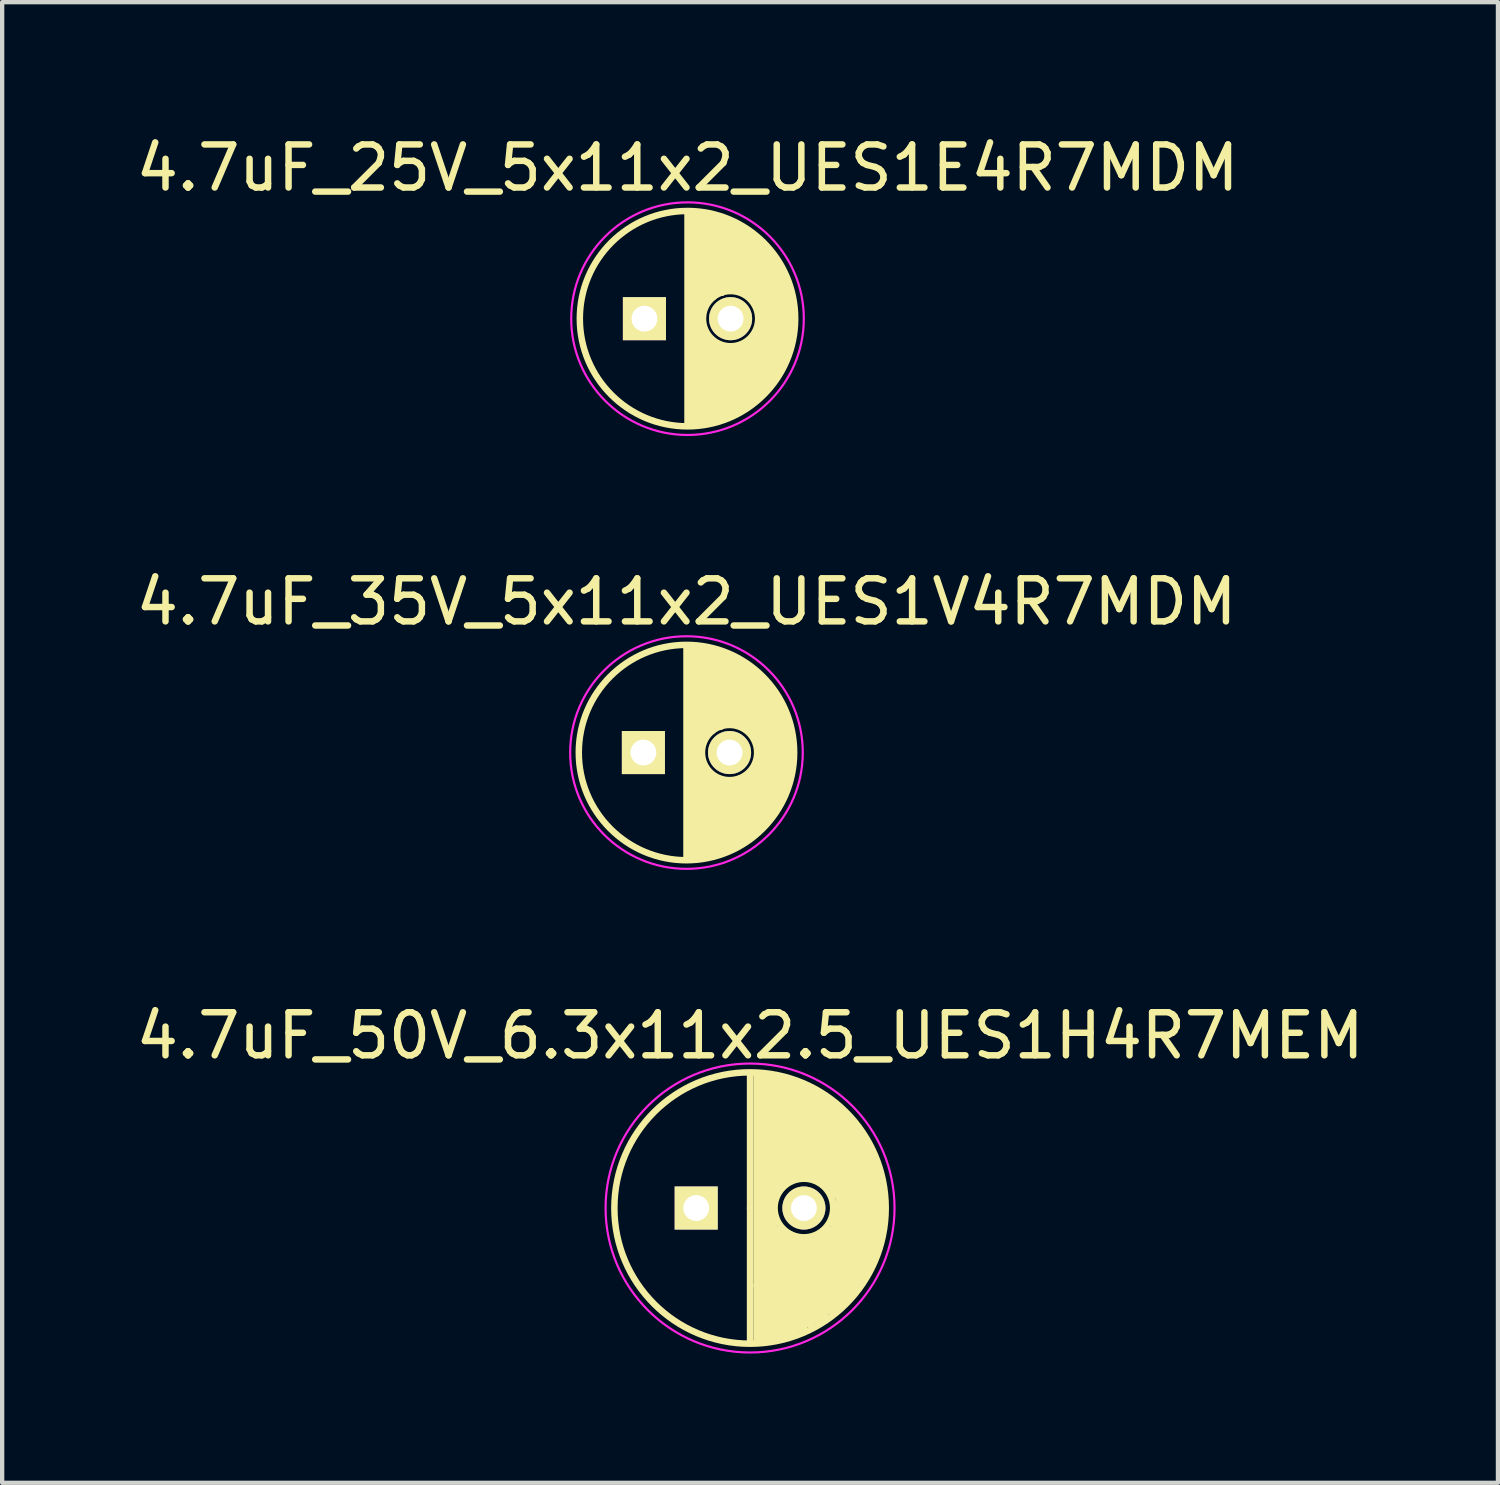
<source format=kicad_pcb>
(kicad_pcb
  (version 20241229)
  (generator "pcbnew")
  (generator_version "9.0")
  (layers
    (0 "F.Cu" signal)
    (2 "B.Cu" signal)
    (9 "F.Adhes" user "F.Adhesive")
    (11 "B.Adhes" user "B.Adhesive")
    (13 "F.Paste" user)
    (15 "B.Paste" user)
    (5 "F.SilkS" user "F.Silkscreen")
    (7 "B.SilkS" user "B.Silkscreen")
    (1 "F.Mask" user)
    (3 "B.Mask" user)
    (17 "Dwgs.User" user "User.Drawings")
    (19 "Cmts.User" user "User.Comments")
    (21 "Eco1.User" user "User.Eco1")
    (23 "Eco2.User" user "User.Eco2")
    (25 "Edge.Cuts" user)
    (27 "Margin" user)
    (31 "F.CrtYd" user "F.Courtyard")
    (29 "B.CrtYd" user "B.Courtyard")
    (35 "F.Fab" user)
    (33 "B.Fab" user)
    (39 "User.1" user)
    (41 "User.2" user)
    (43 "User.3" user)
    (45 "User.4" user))
  (footprint "4.7uF_25V_5x11x2_UES1E4R7MDM"
    (layer "F.Cu")
    (at 12.911 4.348)
    (property "Reference" "4.7uF_25V_5x11x2_UES1E4R7MDM" (at 0 -3.5 0) (layer "F.SilkS") (effects (font (size 1 1) (thickness 0.15))))
    (attr through_hole)
    (fp_line (start 0 -2.45) (end 0 2.45) (stroke (width 0.15) (type solid)) (layer "F.SilkS"))
    (fp_line (start 0.1 2.45) (end 0.1 -2.45) (stroke (width 0.15) (type solid)) (layer "F.SilkS"))
    (fp_line (start 0.2 -2.45) (end 0.2 2.45) (stroke (width 0.15) (type solid)) (layer "F.SilkS"))
    (fp_line (start 0.3 2.45) (end 0.3 -2.4) (stroke (width 0.15) (type solid)) (layer "F.SilkS"))
    (fp_line (start 0.35 0.25) (end 0.35 2.45) (stroke (width 0.15) (type solid)) (layer "F.SilkS"))
    (fp_line (start 0.4 -2.4) (end 0.4 -0.35) (stroke (width 0.15) (type solid)) (layer "F.SilkS"))
    (fp_line (start 0.45 2.4) (end 0.45 0.4) (stroke (width 0.15) (type solid)) (layer "F.SilkS"))
    (fp_line (start 0.5 -0.45) (end 0.5 -2.4) (stroke (width 0.15) (type solid)) (layer "F.SilkS"))
    (fp_line (start 0.55 0.5) (end 0.55 2.35) (stroke (width 0.15) (type solid)) (layer "F.SilkS"))
    (fp_line (start 0.6 -2.35) (end 0.6 -0.5) (stroke (width 0.15) (type solid)) (layer "F.SilkS"))
    (fp_line (start 0.65 0.6) (end 0.65 2.35) (stroke (width 0.15) (type solid)) (layer "F.SilkS"))
    (fp_line (start 0.7 -0.6) (end 0.7 -2.35) (stroke (width 0.15) (type solid)) (layer "F.SilkS"))
    (fp_line (start 0.75 0.6) (end 0.75 2.3) (stroke (width 0.15) (type solid)) (layer "F.SilkS"))
    (fp_line (start 0.8 -2.3) (end 0.8 -0.6) (stroke (width 0.15) (type solid)) (layer "F.SilkS"))
    (fp_line (start 0.85 0.65) (end 0.85 2.3) (stroke (width 0.15) (type solid)) (layer "F.SilkS"))
    (fp_line (start 0.9 -0.65) (end 0.9 -2.25) (stroke (width 0.15) (type solid)) (layer "F.SilkS"))
    (fp_line (start 0.95 2.25) (end 0.95 0.65) (stroke (width 0.15) (type solid)) (layer "F.SilkS"))
    (fp_line (start 1 -2.25) (end 1 -0.7) (stroke (width 0.15) (type solid)) (layer "F.SilkS"))
    (fp_line (start 1.05 0.65) (end 1.05 2.2) (stroke (width 0.15) (type solid)) (layer "F.SilkS"))
    (fp_line (start 1.1 -0.65) (end 1.1 -2.15) (stroke (width 0.15) (type solid)) (layer "F.SilkS"))
    (fp_line (start 1.15 2.2) (end 1.15 0.65) (stroke (width 0.15) (type solid)) (layer "F.SilkS"))
    (fp_line (start 1.2 -2.15) (end 1.2 -0.7) (stroke (width 0.15) (type solid)) (layer "F.SilkS"))
    (fp_line (start 1.25 0.6) (end 1.25 2.1) (stroke (width 0.15) (type solid)) (layer "F.SilkS"))
    (fp_line (start 1.3 -0.6) (end 1.3 -2.05) (stroke (width 0.15) (type solid)) (layer "F.SilkS"))
    (fp_line (start 1.3 0.6) (end 1.3 2.1) (stroke (width 0.15) (type solid)) (layer "F.SilkS"))
    (fp_line (start 1.4 -2) (end 1.4 -0.55) (stroke (width 0.15) (type solid)) (layer "F.SilkS"))
    (fp_line (start 1.4 2) (end 1.4 0.55) (stroke (width 0.15) (type solid)) (layer "F.SilkS"))
    (fp_line (start 1.5 -1.95) (end 1.5 -0.5) (stroke (width 0.15) (type solid)) (layer "F.SilkS"))
    (fp_line (start 1.5 0.45) (end 1.5 1.95) (stroke (width 0.15) (type solid)) (layer "F.SilkS"))
    (fp_line (start 1.6 -1.85) (end 1.6 -0.35) (stroke (width 0.15) (type solid)) (layer "F.SilkS"))
    (fp_line (start 1.6 0.35) (end 1.6 1.85) (stroke (width 0.15) (type solid)) (layer "F.SilkS"))
    (fp_line (start 1.7 -1.75) (end 1.7 1.75) (stroke (width 0.15) (type solid)) (layer "F.SilkS"))
    (fp_line (start 1.8 1.7) (end 1.8 -1.7) (stroke (width 0.15) (type solid)) (layer "F.SilkS"))
    (fp_line (start 1.9 -1.55) (end 1.9 1.55) (stroke (width 0.15) (type solid)) (layer "F.SilkS"))
    (fp_line (start 2 1.45) (end 2 -1.4) (stroke (width 0.15) (type solid)) (layer "F.SilkS"))
    (fp_line (start 2.1 -1.25) (end 2.1 1.25) (stroke (width 0.15) (type solid)) (layer "F.SilkS"))
    (fp_line (start 2.2 1.1) (end 2.2 -1.05) (stroke (width 0.15) (type solid)) (layer "F.SilkS"))
    (fp_line (start 2.3 -0.8) (end 2.3 0.85) (stroke (width 0.15) (type solid)) (layer "F.SilkS"))
    (fp_line (start 2.4 0.55) (end 2.4 -0.55) (stroke (width 0.15) (type solid)) (layer "F.SilkS"))
    (fp_circle (center 0 0) (end 0 2.5) (stroke (width 0.15) (type solid)) (fill no) (layer "F.SilkS"))
    (fp_circle (center 1 0) (end 1.4 0.5) (stroke (width 0.15) (type solid)) (fill no) (layer "F.SilkS"))
    (fp_circle (center 0 0) (end 0 2.7) (stroke (width 0.05) (type solid)) (fill no) (layer "F.CrtYd"))
    (pad "1" thru_hole rect (at -1 0) (size 1 1) (drill 0.6) (layers "*.Cu" "*.Mask" "F.SilkS"))
    (pad "2" thru_hole circle (at 1 0) (size 1 1) (drill 0.6) (layers "*.Cu" "*.Mask" "F.SilkS")))
  (footprint "4.7uF_50V_6.3x11x2.5_UES1H4R7MEM"
    (layer "F.Cu")
    (at 14.363 24.995)
    (property "Reference" "4.7uF_50V_6.3x11x2.5_UES1H4R7MEM" (at 0 -4 0) (layer "F.SilkS") (effects (font (size 1 1) (thickness 0.15))))
    (attr through_hole)
    (fp_line (start 0 0) (end 0 -3.1) (stroke (width 0.15) (type solid)) (layer "F.SilkS"))
    (fp_line (start 0 0) (end 0 3.1) (stroke (width 0.15) (type solid)) (layer "F.SilkS"))
    (fp_line (start 0.15 1.8) (end 0.15 -3.1) (stroke (width 0.15) (type solid)) (layer "F.SilkS"))
    (fp_line (start 0.15 3.1) (end 0.15 1.8) (stroke (width 0.15) (type solid)) (layer "F.SilkS"))
    (fp_line (start 0.25 -3.1) (end 0.25 3.1) (stroke (width 0.15) (type solid)) (layer "F.SilkS"))
    (fp_line (start 0.35 3) (end 0.35 -3) (stroke (width 0.15) (type solid)) (layer "F.SilkS"))
    (fp_line (start 0.45 -3.1) (end 0.45 3.1) (stroke (width 0.15) (type solid)) (layer "F.SilkS"))
    (fp_line (start 0.55 -3) (end 0.55 -0.2) (stroke (width 0.15) (type solid)) (layer "F.SilkS"))
    (fp_line (start 0.55 0.2) (end 0.55 3) (stroke (width 0.15) (type solid)) (layer "F.SilkS"))
    (fp_line (start 0.65 -3) (end 0.55 -3) (stroke (width 0.15) (type solid)) (layer "F.SilkS"))
    (fp_line (start 0.65 -0.4) (end 0.65 -3) (stroke (width 0.15) (type solid)) (layer "F.SilkS"))
    (fp_line (start 0.65 3) (end 0.65 0.5) (stroke (width 0.15) (type solid)) (layer "F.SilkS"))
    (fp_line (start 0.75 -3) (end 0.75 -0.6) (stroke (width 0.15) (type solid)) (layer "F.SilkS"))
    (fp_line (start 0.75 -0.6) (end 0.65 -0.4) (stroke (width 0.15) (type solid)) (layer "F.SilkS"))
    (fp_line (start 0.75 0.5) (end 0.75 3) (stroke (width 0.15) (type solid)) (layer "F.SilkS"))
    (fp_line (start 0.85 -2.9) (end 0.75 -3) (stroke (width 0.15) (type solid)) (layer "F.SilkS"))
    (fp_line (start 0.85 -0.6) (end 0.85 -2.9) (stroke (width 0.15) (type solid)) (layer "F.SilkS"))
    (fp_line (start 0.85 2.9) (end 0.85 0.6) (stroke (width 0.15) (type solid)) (layer "F.SilkS"))
    (fp_line (start 0.95 -2.9) (end 0.95 -0.7) (stroke (width 0.15) (type solid)) (layer "F.SilkS"))
    (fp_line (start 0.95 -0.7) (end 0.85 -0.6) (stroke (width 0.15) (type solid)) (layer "F.SilkS"))
    (fp_line (start 0.95 0.7) (end 0.95 2.9) (stroke (width 0.15) (type solid)) (layer "F.SilkS"))
    (fp_line (start 1.05 -2.9) (end 1.15 -2.8) (stroke (width 0.15) (type solid)) (layer "F.SilkS"))
    (fp_line (start 1.05 -2.8) (end 0.95 -2.9) (stroke (width 0.15) (type solid)) (layer "F.SilkS"))
    (fp_line (start 1.05 -0.7) (end 1.05 -2.8) (stroke (width 0.15) (type solid)) (layer "F.SilkS"))
    (fp_line (start 1.05 2.9) (end 1.05 0.7) (stroke (width 0.15) (type solid)) (layer "F.SilkS"))
    (fp_line (start 1.15 -2.8) (end 1.15 -0.7) (stroke (width 0.15) (type solid)) (layer "F.SilkS"))
    (fp_line (start 1.15 -0.7) (end 1.05 -0.7) (stroke (width 0.15) (type solid)) (layer "F.SilkS"))
    (fp_line (start 1.15 0.7) (end 1.15 2.8) (stroke (width 0.15) (type solid)) (layer "F.SilkS"))
    (fp_line (start 1.25 -2.8) (end 1.05 -2.9) (stroke (width 0.15) (type solid)) (layer "F.SilkS"))
    (fp_line (start 1.25 -0.8) (end 1.25 -2.8) (stroke (width 0.15) (type solid)) (layer "F.SilkS"))
    (fp_line (start 1.25 2.8) (end 1.25 0.8) (stroke (width 0.15) (type solid)) (layer "F.SilkS"))
    (fp_line (start 1.35 -2.8) (end 1.35 -0.7) (stroke (width 0.15) (type solid)) (layer "F.SilkS"))
    (fp_line (start 1.35 -0.7) (end 1.25 -0.8) (stroke (width 0.15) (type solid)) (layer "F.SilkS"))
    (fp_line (start 1.35 0.7) (end 1.35 2.7) (stroke (width 0.15) (type solid)) (layer "F.SilkS"))
    (fp_line (start 1.45 -2.7) (end 1.35 -2.8) (stroke (width 0.15) (type solid)) (layer "F.SilkS"))
    (fp_line (start 1.45 -0.7) (end 1.45 -2.7) (stroke (width 0.15) (type solid)) (layer "F.SilkS"))
    (fp_line (start 1.45 2.7) (end 1.45 0.7) (stroke (width 0.15) (type solid)) (layer "F.SilkS"))
    (fp_line (start 1.55 -2.7) (end 1.55 -0.7) (stroke (width 0.15) (type solid)) (layer "F.SilkS"))
    (fp_line (start 1.55 -0.7) (end 1.45 -0.7) (stroke (width 0.15) (type solid)) (layer "F.SilkS"))
    (fp_line (start 1.55 0.7) (end 1.55 2.6) (stroke (width 0.15) (type solid)) (layer "F.SilkS"))
    (fp_line (start 1.65 -2.6) (end 1.55 -2.7) (stroke (width 0.15) (type solid)) (layer "F.SilkS"))
    (fp_line (start 1.65 -2.5) (end 1.85 -2.5) (stroke (width 0.15) (type solid)) (layer "F.SilkS"))
    (fp_line (start 1.65 -0.6) (end 1.65 -2.6) (stroke (width 0.15) (type solid)) (layer "F.SilkS"))
    (fp_line (start 1.65 2.6) (end 1.65 0.6) (stroke (width 0.15) (type solid)) (layer "F.SilkS"))
    (fp_line (start 1.75 -2.5) (end 1.75 -0.6) (stroke (width 0.15) (type solid)) (layer "F.SilkS"))
    (fp_line (start 1.75 0.6) (end 1.75 2.5) (stroke (width 0.15) (type solid)) (layer "F.SilkS"))
    (fp_line (start 1.85 -0.4) (end 1.85 -2.4) (stroke (width 0.15) (type solid)) (layer "F.SilkS"))
    (fp_line (start 1.85 2.4) (end 1.85 0.5) (stroke (width 0.15) (type solid)) (layer "F.SilkS"))
    (fp_line (start 1.95 -2.4) (end 1.95 -0.3) (stroke (width 0.15) (type solid)) (layer "F.SilkS"))
    (fp_line (start 1.95 0.2) (end 1.95 0.4) (stroke (width 0.15) (type solid)) (layer "F.SilkS"))
    (fp_line (start 1.95 0.4) (end 1.95 2.4) (stroke (width 0.15) (type solid)) (layer "F.SilkS"))
    (fp_line (start 2.05 -2.3) (end 2.15 -2.2) (stroke (width 0.15) (type solid)) (layer "F.SilkS"))
    (fp_line (start 2.05 0) (end 2.05 -2.3) (stroke (width 0.15) (type solid)) (layer "F.SilkS"))
    (fp_line (start 2.05 2.3) (end 2.05 0) (stroke (width 0.15) (type solid)) (layer "F.SilkS"))
    (fp_line (start 2.15 -2.1) (end 2.15 2.2) (stroke (width 0.15) (type solid)) (layer "F.SilkS"))
    (fp_line (start 2.15 2.2) (end 2.25 2.1) (stroke (width 0.15) (type solid)) (layer "F.SilkS"))
    (fp_line (start 2.25 -2.1) (end 2.35 -1.9) (stroke (width 0.15) (type solid)) (layer "F.SilkS"))
    (fp_line (start 2.25 2.1) (end 2.25 -2.1) (stroke (width 0.15) (type solid)) (layer "F.SilkS"))
    (fp_line (start 2.35 -1.9) (end 2.35 2) (stroke (width 0.15) (type solid)) (layer "F.SilkS"))
    (fp_line (start 2.35 2) (end 2.45 1.8) (stroke (width 0.15) (type solid)) (layer "F.SilkS"))
    (fp_line (start 2.45 -1.9) (end 2.55 -1.7) (stroke (width 0.15) (type solid)) (layer "F.SilkS"))
    (fp_line (start 2.45 1.8) (end 2.45 -1.9) (stroke (width 0.15) (type solid)) (layer "F.SilkS"))
    (fp_line (start 2.55 -1.7) (end 2.55 1.7) (stroke (width 0.15) (type solid)) (layer "F.SilkS"))
    (fp_line (start 2.55 -1.7) (end 2.65 -1.5) (stroke (width 0.15) (type solid)) (layer "F.SilkS"))
    (fp_line (start 2.55 1.7) (end 2.65 1.5) (stroke (width 0.15) (type solid)) (layer "F.SilkS"))
    (fp_line (start 2.65 -1.5) (end 2.75 -1.3) (stroke (width 0.15) (type solid)) (layer "F.SilkS"))
    (fp_line (start 2.65 1.5) (end 2.65 -1.5) (stroke (width 0.15) (type solid)) (layer "F.SilkS"))
    (fp_line (start 2.75 -1.3) (end 2.75 1.4) (stroke (width 0.15) (type solid)) (layer "F.SilkS"))
    (fp_line (start 2.75 1.4) (end 2.85 1.1) (stroke (width 0.15) (type solid)) (layer "F.SilkS"))
    (fp_line (start 2.85 -1.2) (end 2.95 -0.7) (stroke (width 0.15) (type solid)) (layer "F.SilkS"))
    (fp_line (start 2.85 1.1) (end 2.85 -1.2) (stroke (width 0.15) (type solid)) (layer "F.SilkS"))
    (fp_line (start 2.95 -0.7) (end 2.95 0.9) (stroke (width 0.15) (type solid)) (layer "F.SilkS"))
    (fp_line (start 2.95 0.9) (end 3.05 0.3) (stroke (width 0.15) (type solid)) (layer "F.SilkS"))
    (fp_line (start 3.05 0.3) (end 3.05 -0.5) (stroke (width 0.15) (type solid)) (layer "F.SilkS"))
    (fp_circle (center 0 0) (end 0 3.15) (stroke (width 0.15) (type solid)) (fill no) (layer "F.SilkS"))
    (fp_circle (center 1.25 0) (end 1.65 0.55) (stroke (width 0.15) (type solid)) (fill no) (layer "F.SilkS"))
    (fp_circle (center 0 0) (end 0.6 3.3) (stroke (width 0.05) (type solid)) (fill no) (layer "F.CrtYd"))
    (pad "1" thru_hole rect (at -1.25 0) (size 1 1) (drill 0.6) (layers "*.Cu" "*.Mask" "F.SilkS"))
    (pad "2" thru_hole circle (at 1.25 0) (size 1 1) (drill 0.6) (layers "*.Cu" "*.Mask" "F.SilkS")))
  (footprint "4.7uF_35V_5x11x2_UES1V4R7MDM"
    (layer "F.Cu")
    (at 12.887 14.421)
    (property "Reference" "4.7uF_35V_5x11x2_UES1V4R7MDM" (at 0 -3.5 0) (layer "F.SilkS") (effects (font (size 1 1) (thickness 0.15))))
    (attr through_hole)
    (fp_line (start 0 -2.45) (end 0 2.45) (stroke (width 0.15) (type solid)) (layer "F.SilkS"))
    (fp_line (start 0.1 2.45) (end 0.1 -2.45) (stroke (width 0.15) (type solid)) (layer "F.SilkS"))
    (fp_line (start 0.2 -2.45) (end 0.2 2.45) (stroke (width 0.15) (type solid)) (layer "F.SilkS"))
    (fp_line (start 0.3 2.45) (end 0.3 -2.4) (stroke (width 0.15) (type solid)) (layer "F.SilkS"))
    (fp_line (start 0.35 0.25) (end 0.35 2.45) (stroke (width 0.15) (type solid)) (layer "F.SilkS"))
    (fp_line (start 0.4 -2.4) (end 0.4 -0.35) (stroke (width 0.15) (type solid)) (layer "F.SilkS"))
    (fp_line (start 0.45 2.4) (end 0.45 0.4) (stroke (width 0.15) (type solid)) (layer "F.SilkS"))
    (fp_line (start 0.5 -0.45) (end 0.5 -2.4) (stroke (width 0.15) (type solid)) (layer "F.SilkS"))
    (fp_line (start 0.55 0.5) (end 0.55 2.35) (stroke (width 0.15) (type solid)) (layer "F.SilkS"))
    (fp_line (start 0.6 -2.35) (end 0.6 -0.5) (stroke (width 0.15) (type solid)) (layer "F.SilkS"))
    (fp_line (start 0.65 0.6) (end 0.65 2.35) (stroke (width 0.15) (type solid)) (layer "F.SilkS"))
    (fp_line (start 0.7 -0.6) (end 0.7 -2.35) (stroke (width 0.15) (type solid)) (layer "F.SilkS"))
    (fp_line (start 0.75 0.6) (end 0.75 2.3) (stroke (width 0.15) (type solid)) (layer "F.SilkS"))
    (fp_line (start 0.8 -2.3) (end 0.8 -0.6) (stroke (width 0.15) (type solid)) (layer "F.SilkS"))
    (fp_line (start 0.85 0.65) (end 0.85 2.3) (stroke (width 0.15) (type solid)) (layer "F.SilkS"))
    (fp_line (start 0.9 -0.65) (end 0.9 -2.25) (stroke (width 0.15) (type solid)) (layer "F.SilkS"))
    (fp_line (start 0.95 2.25) (end 0.95 0.65) (stroke (width 0.15) (type solid)) (layer "F.SilkS"))
    (fp_line (start 1 -2.25) (end 1 -0.7) (stroke (width 0.15) (type solid)) (layer "F.SilkS"))
    (fp_line (start 1.05 0.65) (end 1.05 2.2) (stroke (width 0.15) (type solid)) (layer "F.SilkS"))
    (fp_line (start 1.1 -0.65) (end 1.1 -2.15) (stroke (width 0.15) (type solid)) (layer "F.SilkS"))
    (fp_line (start 1.15 2.2) (end 1.15 0.65) (stroke (width 0.15) (type solid)) (layer "F.SilkS"))
    (fp_line (start 1.2 -2.15) (end 1.2 -0.7) (stroke (width 0.15) (type solid)) (layer "F.SilkS"))
    (fp_line (start 1.25 0.6) (end 1.25 2.1) (stroke (width 0.15) (type solid)) (layer "F.SilkS"))
    (fp_line (start 1.3 -0.6) (end 1.3 -2.05) (stroke (width 0.15) (type solid)) (layer "F.SilkS"))
    (fp_line (start 1.3 0.6) (end 1.3 2.1) (stroke (width 0.15) (type solid)) (layer "F.SilkS"))
    (fp_line (start 1.4 -2) (end 1.4 -0.55) (stroke (width 0.15) (type solid)) (layer "F.SilkS"))
    (fp_line (start 1.4 2) (end 1.4 0.55) (stroke (width 0.15) (type solid)) (layer "F.SilkS"))
    (fp_line (start 1.5 -1.95) (end 1.5 -0.5) (stroke (width 0.15) (type solid)) (layer "F.SilkS"))
    (fp_line (start 1.5 0.45) (end 1.5 1.95) (stroke (width 0.15) (type solid)) (layer "F.SilkS"))
    (fp_line (start 1.6 -1.85) (end 1.6 -0.35) (stroke (width 0.15) (type solid)) (layer "F.SilkS"))
    (fp_line (start 1.6 0.35) (end 1.6 1.85) (stroke (width 0.15) (type solid)) (layer "F.SilkS"))
    (fp_line (start 1.7 -1.75) (end 1.7 1.75) (stroke (width 0.15) (type solid)) (layer "F.SilkS"))
    (fp_line (start 1.8 1.7) (end 1.8 -1.7) (stroke (width 0.15) (type solid)) (layer "F.SilkS"))
    (fp_line (start 1.9 -1.55) (end 1.9 1.55) (stroke (width 0.15) (type solid)) (layer "F.SilkS"))
    (fp_line (start 2 1.45) (end 2 -1.4) (stroke (width 0.15) (type solid)) (layer "F.SilkS"))
    (fp_line (start 2.1 -1.25) (end 2.1 1.25) (stroke (width 0.15) (type solid)) (layer "F.SilkS"))
    (fp_line (start 2.2 1.1) (end 2.2 -1.05) (stroke (width 0.15) (type solid)) (layer "F.SilkS"))
    (fp_line (start 2.3 -0.8) (end 2.3 0.85) (stroke (width 0.15) (type solid)) (layer "F.SilkS"))
    (fp_line (start 2.4 0.55) (end 2.4 -0.55) (stroke (width 0.15) (type solid)) (layer "F.SilkS"))
    (fp_circle (center 0 0) (end 0 2.5) (stroke (width 0.15) (type solid)) (fill no) (layer "F.SilkS"))
    (fp_circle (center 1 0) (end 1.4 0.5) (stroke (width 0.15) (type solid)) (fill no) (layer "F.SilkS"))
    (fp_circle (center 0 0) (end 0 2.7) (stroke (width 0.05) (type solid)) (fill no) (layer "F.CrtYd"))
    (pad "1" thru_hole rect (at -1 0) (size 1 1) (drill 0.6) (layers "*.Cu" "*.Mask" "F.SilkS"))
    (pad "2" thru_hole circle (at 1 0) (size 1 1) (drill 0.6) (layers "*.Cu" "*.Mask" "F.SilkS")))
  (gr_rect
    (start -3 -3)
    (end 31.726 31.374)
    (stroke (width 0.1) (type default))
    (fill no)
    (layer "Edge.Cuts")))
</source>
